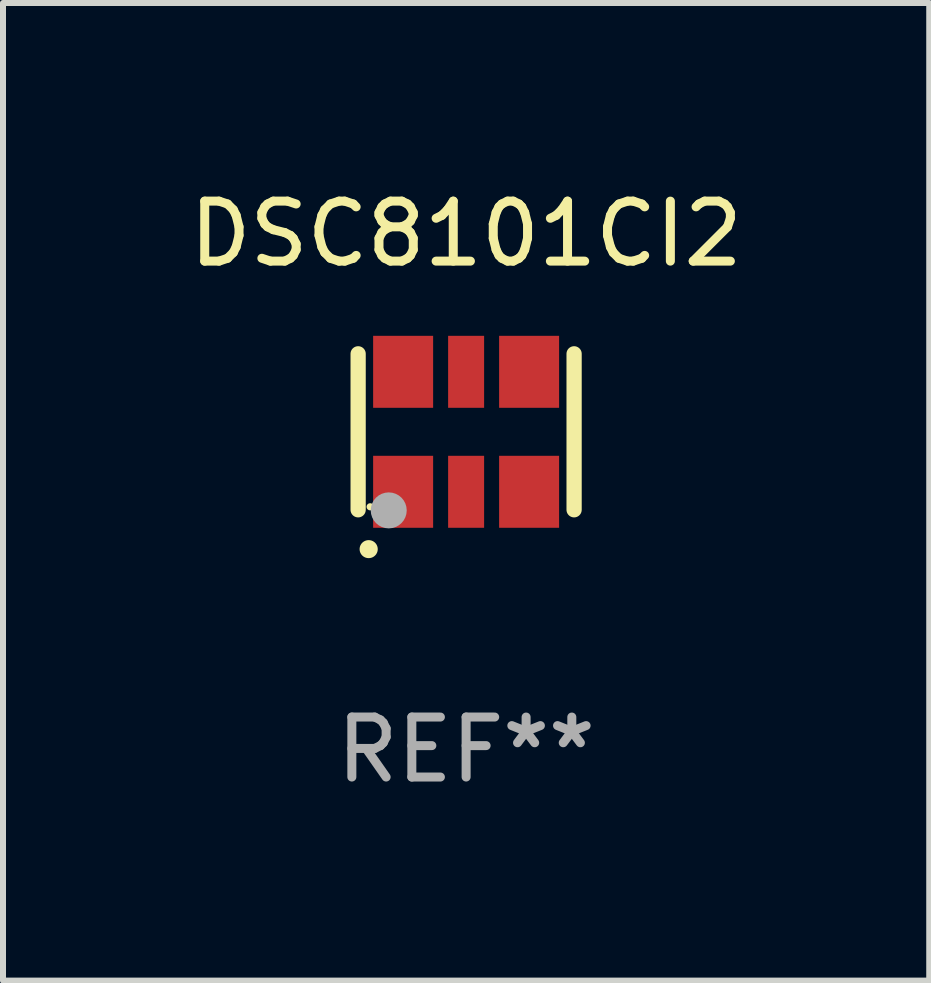
<source format=kicad_pcb>
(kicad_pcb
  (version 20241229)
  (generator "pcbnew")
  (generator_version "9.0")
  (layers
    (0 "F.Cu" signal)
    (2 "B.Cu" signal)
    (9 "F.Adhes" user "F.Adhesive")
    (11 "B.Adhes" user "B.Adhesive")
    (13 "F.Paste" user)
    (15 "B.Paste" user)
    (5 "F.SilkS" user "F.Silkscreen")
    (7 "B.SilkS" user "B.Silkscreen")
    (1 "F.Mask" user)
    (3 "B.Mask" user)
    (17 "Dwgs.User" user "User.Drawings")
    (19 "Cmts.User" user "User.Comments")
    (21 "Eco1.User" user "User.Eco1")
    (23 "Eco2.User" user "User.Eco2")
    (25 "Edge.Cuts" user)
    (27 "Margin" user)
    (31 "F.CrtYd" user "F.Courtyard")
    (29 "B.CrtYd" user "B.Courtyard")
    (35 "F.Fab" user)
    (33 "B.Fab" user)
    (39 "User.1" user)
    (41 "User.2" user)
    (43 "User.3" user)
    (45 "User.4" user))
  (footprint "DSC8101CI2"
    (layer "F.Cu")
    (at 4.72 4.148)
    (property "Reference" "DSC8101CI2" (at 0 -3.3 0) (layer "F.SilkS") (effects (font (size 1 1) (thickness 0.15))))
    (attr through_hole)
    (fp_line (start -1.8 -1.3) (end -1.8 1.3) (stroke (width 0.254) (type solid)) (layer "F.SilkS"))
    (fp_line (start 1.8 -1.3) (end 1.8 1.3) (stroke (width 0.254) (type solid)) (layer "F.SilkS"))
    (fp_arc (start -1.625603 1.955804) (mid -1.624333 1.955799) (end -1.623063 1.955804) (stroke (width 0.3) (type solid)) (layer "F.SilkS"))
    (fp_circle (center -1.6 1.25) (end -1.57 1.25) (stroke (width 0.06) (type solid)) (fill no) (layer "F.SilkS"))
    (fp_circle (center -1.29 1.31) (end -1.14 1.31) (stroke (width 0.3) (type solid)) (fill no) (layer "F.Fab"))
    (fp_text user "REF**" (at 0 5.3 0) (layer "F.Fab") (effects (font (size 1 1) (thickness 0.15))))
    (pad "1" smd rect (at -1.05 1) (size 1 1.2) (layers "F.Cu" "F.Mask" "F.Paste"))
    (pad "2" smd rect (at 0 1) (size 0.6 1.2) (layers "F.Cu" "F.Mask" "F.Paste"))
    (pad "3" smd rect (at 1.05 1) (size 1 1.2) (layers "F.Cu" "F.Mask" "F.Paste"))
    (pad "4" smd rect (at 1.05 -1) (size 1 1.2) (layers "F.Cu" "F.Mask" "F.Paste"))
    (pad "5" smd rect (at 0 -1) (size 0.6 1.2) (layers "F.Cu" "F.Mask" "F.Paste"))
    (pad "6" smd rect (at -1.05 -1) (size 1 1.2) (layers "F.Cu" "F.Mask" "F.Paste")))
  (gr_rect
    (start -3 -3)
    (end 12.44 13.296)
    (stroke (width 0.1) (type default))
    (fill no)
    (layer "Edge.Cuts")))
</source>
